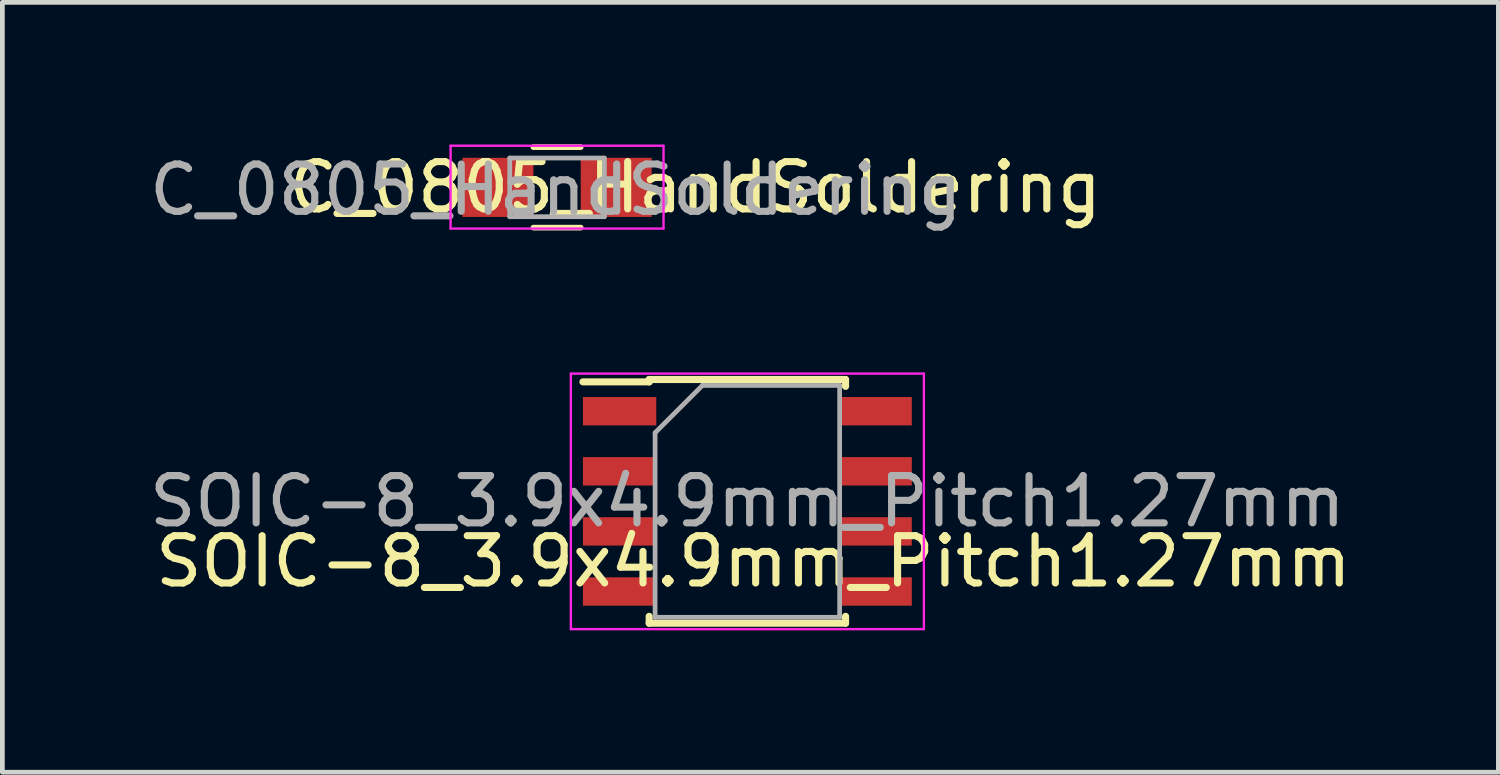
<source format=kicad_pcb>
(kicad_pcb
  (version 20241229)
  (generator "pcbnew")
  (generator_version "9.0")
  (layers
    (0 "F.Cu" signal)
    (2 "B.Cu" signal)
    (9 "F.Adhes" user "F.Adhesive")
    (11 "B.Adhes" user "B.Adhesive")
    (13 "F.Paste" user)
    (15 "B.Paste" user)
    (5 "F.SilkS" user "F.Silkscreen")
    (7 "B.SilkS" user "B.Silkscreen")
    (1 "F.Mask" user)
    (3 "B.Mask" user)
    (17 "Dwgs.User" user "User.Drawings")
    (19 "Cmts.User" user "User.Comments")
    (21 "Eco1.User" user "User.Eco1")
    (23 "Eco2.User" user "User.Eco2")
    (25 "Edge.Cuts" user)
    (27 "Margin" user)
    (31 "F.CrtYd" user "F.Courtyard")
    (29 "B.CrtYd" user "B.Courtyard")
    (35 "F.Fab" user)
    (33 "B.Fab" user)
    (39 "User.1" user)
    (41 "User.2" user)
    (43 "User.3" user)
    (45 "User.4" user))
  (footprint "C_0805_HandSoldering"
    (layer "F.Cu")
    (at 8.722 0.91)
    (property "Reference" "C_0805_HandSoldering" (at 2.921 0 180) (layer "F.SilkS") (effects (font (size 1 1) (thickness 0.15))))
    (attr smd)
    (fp_line (start -0.5 0.85) (end 0.5 0.85) (stroke (width 0.12) (type solid)) (layer "F.SilkS"))
    (fp_line (start 0.5 -0.85) (end -0.5 -0.85) (stroke (width 0.12) (type solid)) (layer "F.SilkS"))
    (fp_line (start -2.25 -0.88) (end -2.25 0.87) (stroke (width 0.05) (type solid)) (layer "F.CrtYd"))
    (fp_line (start -2.25 -0.88) (end 2.25 -0.88) (stroke (width 0.05) (type solid)) (layer "F.CrtYd"))
    (fp_line (start 2.25 0.87) (end -2.25 0.87) (stroke (width 0.05) (type solid)) (layer "F.CrtYd"))
    (fp_line (start 2.25 0.87) (end 2.25 -0.88) (stroke (width 0.05) (type solid)) (layer "F.CrtYd"))
    (fp_line (start -1 -0.62) (end 1 -0.62) (stroke (width 0.1) (type solid)) (layer "F.Fab"))
    (fp_line (start -1 0.62) (end -1 -0.62) (stroke (width 0.1) (type solid)) (layer "F.Fab"))
    (fp_line (start 1 -0.62) (end 1 0.62) (stroke (width 0.1) (type solid)) (layer "F.Fab"))
    (fp_line (start 1 0.62) (end -1 0.62) (stroke (width 0.1) (type solid)) (layer "F.Fab"))
    (fp_text user "${REFERENCE}" (at -0.025 0.051 0) (layer "F.Fab") (effects (font (size 1 1) (thickness 0.15))))
    (pad "1" smd rect (at -1.25 0) (size 1.5 1.25) (layers "F.Cu" "F.Mask" "F.Paste"))
    (pad "2" smd rect (at 1.25 0) (size 1.5 1.25) (layers "F.Cu" "F.Mask" "F.Paste")))
  (footprint "SOIC-8_3.9x4.9mm_Pitch1.27mm"
    (layer "F.Cu")
    (at 12.744 7.545)
    (property "Reference" "SOIC-8_3.9x4.9mm_Pitch1.27mm" (at 0.127 1.27 0) (layer "F.SilkS") (effects (font (size 1 1) (thickness 0.15))))
    (attr smd)
    (fp_line (start -2.075 -2.575) (end -2.075 -2.525) (stroke (width 0.15) (type solid)) (layer "F.SilkS"))
    (fp_line (start -2.075 -2.575) (end 2.075 -2.575) (stroke (width 0.15) (type solid)) (layer "F.SilkS"))
    (fp_line (start -2.075 -2.525) (end -3.475 -2.525) (stroke (width 0.15) (type solid)) (layer "F.SilkS"))
    (fp_line (start -2.075 2.575) (end -2.075 2.43) (stroke (width 0.15) (type solid)) (layer "F.SilkS"))
    (fp_line (start -2.075 2.575) (end 2.075 2.575) (stroke (width 0.15) (type solid)) (layer "F.SilkS"))
    (fp_line (start 2.075 -2.575) (end 2.075 -2.43) (stroke (width 0.15) (type solid)) (layer "F.SilkS"))
    (fp_line (start 2.075 2.575) (end 2.075 2.43) (stroke (width 0.15) (type solid)) (layer "F.SilkS"))
    (fp_line (start -3.73 -2.7) (end -3.73 2.7) (stroke (width 0.05) (type solid)) (layer "F.CrtYd"))
    (fp_line (start -3.73 -2.7) (end 3.73 -2.7) (stroke (width 0.05) (type solid)) (layer "F.CrtYd"))
    (fp_line (start -3.73 2.7) (end 3.73 2.7) (stroke (width 0.05) (type solid)) (layer "F.CrtYd"))
    (fp_line (start 3.73 -2.7) (end 3.73 2.7) (stroke (width 0.05) (type solid)) (layer "F.CrtYd"))
    (fp_line (start -1.95 -1.45) (end -0.95 -2.45) (stroke (width 0.1) (type solid)) (layer "F.Fab"))
    (fp_line (start -1.95 2.45) (end -1.95 -1.45) (stroke (width 0.1) (type solid)) (layer "F.Fab"))
    (fp_line (start -0.95 -2.45) (end 1.95 -2.45) (stroke (width 0.1) (type solid)) (layer "F.Fab"))
    (fp_line (start 1.95 -2.45) (end 1.95 2.45) (stroke (width 0.1) (type solid)) (layer "F.Fab"))
    (fp_line (start 1.95 2.45) (end -1.95 2.45) (stroke (width 0.1) (type solid)) (layer "F.Fab"))
    (fp_text user "${REFERENCE}" (at 0 0 0) (layer "F.Fab") (effects (font (size 1 1) (thickness 0.15))))
    (pad "1" smd rect (at -2.7 -1.905) (size 1.55 0.6) (layers "F.Cu" "F.Mask" "F.Paste"))
    (pad "2" smd rect (at -2.7 -0.635) (size 1.55 0.6) (layers "F.Cu" "F.Mask" "F.Paste"))
    (pad "3" smd rect (at -2.7 0.635) (size 1.55 0.6) (layers "F.Cu" "F.Mask" "F.Paste"))
    (pad "4" smd rect (at -2.7 1.905) (size 1.55 0.6) (layers "F.Cu" "F.Mask" "F.Paste"))
    (pad "5" smd rect (at 2.7 1.905) (size 1.55 0.6) (layers "F.Cu" "F.Mask" "F.Paste"))
    (pad "6" smd rect (at 2.7 0.635) (size 1.55 0.6) (layers "F.Cu" "F.Mask" "F.Paste"))
    (pad "7" smd rect (at 2.7 -0.635) (size 1.55 0.6) (layers "F.Cu" "F.Mask" "F.Paste"))
    (pad "8" smd rect (at 2.7 -1.905) (size 1.55 0.6) (layers "F.Cu" "F.Mask" "F.Paste")))
  (gr_rect
    (start -3 -3)
    (end 28.615 13.27)
    (stroke (width 0.1) (type default))
    (fill no)
    (layer "Edge.Cuts")))
</source>
